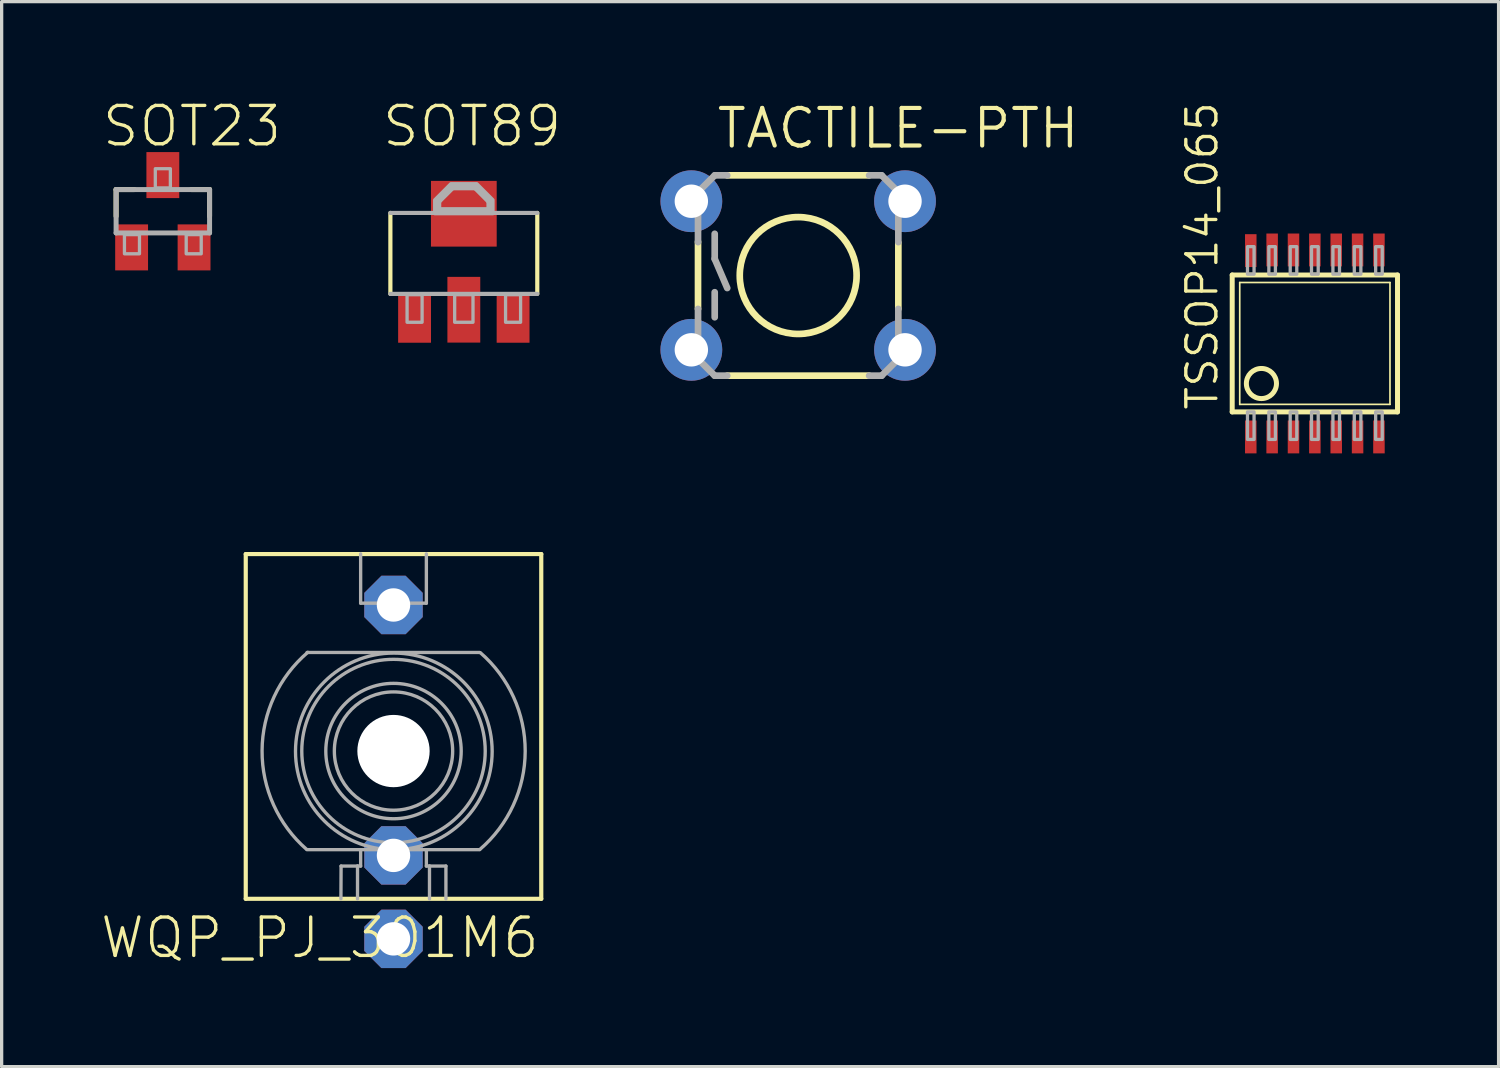
<source format=kicad_pcb>
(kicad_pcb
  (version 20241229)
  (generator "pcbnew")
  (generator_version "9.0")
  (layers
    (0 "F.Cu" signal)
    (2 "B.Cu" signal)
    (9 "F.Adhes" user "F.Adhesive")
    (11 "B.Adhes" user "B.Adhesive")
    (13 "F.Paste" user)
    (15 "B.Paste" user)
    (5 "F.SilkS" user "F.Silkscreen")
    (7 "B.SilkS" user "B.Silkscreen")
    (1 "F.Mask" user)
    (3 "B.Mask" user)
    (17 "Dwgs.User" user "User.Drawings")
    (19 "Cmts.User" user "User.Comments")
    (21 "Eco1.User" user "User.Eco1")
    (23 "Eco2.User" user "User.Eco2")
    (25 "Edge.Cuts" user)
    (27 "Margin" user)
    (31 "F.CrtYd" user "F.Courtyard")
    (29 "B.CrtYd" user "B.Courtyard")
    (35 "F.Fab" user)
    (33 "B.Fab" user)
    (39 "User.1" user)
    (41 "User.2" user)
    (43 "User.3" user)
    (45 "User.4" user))
  (footprint "TSSOP14_065"
    (layer "F.Cu")
    (at 36.96 7.401)
    (property "Reference" "TSSOP14_065" (at -2.896 2.083 90) (layer "F.SilkS") (effects (font (size 0.914 0.914) (thickness 0.102)) (justify left bottom)))
    (fp_line (start -2.515 2.083) (end -2.515 -2.083) (stroke (width 0.152) (type solid)) (layer "F.SilkS"))
    (fp_line (start -2.515 2.083) (end 2.515 2.083) (stroke (width 0.152) (type solid)) (layer "F.SilkS"))
    (fp_line (start -2.286 1.854) (end -2.286 -1.854) (stroke (width 0.051) (type solid)) (layer "F.SilkS"))
    (fp_line (start -2.286 1.854) (end 2.286 1.854) (stroke (width 0.051) (type solid)) (layer "F.SilkS"))
    (fp_line (start 2.286 -1.854) (end -2.286 -1.854) (stroke (width 0.051) (type solid)) (layer "F.SilkS"))
    (fp_line (start 2.286 -1.854) (end 2.286 1.854) (stroke (width 0.051) (type solid)) (layer "F.SilkS"))
    (fp_line (start 2.515 -2.083) (end -2.515 -2.083) (stroke (width 0.152) (type solid)) (layer "F.SilkS"))
    (fp_line (start 2.515 -2.083) (end 2.515 2.083) (stroke (width 0.152) (type solid)) (layer "F.SilkS"))
    (fp_circle (center -1.626 1.219) (end -1.168 1.219) (stroke (width 0.152) (type solid)) (fill no) (layer "F.SilkS"))
    (fp_poly (pts (xy -2.05 -2.108) (xy -1.85 -2.108) (xy -1.85 -2.946) (xy -2.05 -2.946)) (stroke (width 0.1) (type solid)) (fill no) (layer "F.Fab"))
    (fp_poly (pts (xy -2.05 2.921) (xy -1.85 2.921) (xy -1.85 2.083) (xy -2.05 2.083)) (stroke (width 0.1) (type solid)) (fill no) (layer "F.Fab"))
    (fp_poly (pts (xy -1.4 -2.108) (xy -1.2 -2.108) (xy -1.2 -2.946) (xy -1.4 -2.946)) (stroke (width 0.1) (type solid)) (fill no) (layer "F.Fab"))
    (fp_poly (pts (xy -1.4 2.921) (xy -1.2 2.921) (xy -1.2 2.083) (xy -1.4 2.083)) (stroke (width 0.1) (type solid)) (fill no) (layer "F.Fab"))
    (fp_poly (pts (xy -0.75 -2.108) (xy -0.55 -2.108) (xy -0.55 -2.946) (xy -0.75 -2.946)) (stroke (width 0.1) (type solid)) (fill no) (layer "F.Fab"))
    (fp_poly (pts (xy -0.75 2.921) (xy -0.55 2.921) (xy -0.55 2.083) (xy -0.75 2.083)) (stroke (width 0.1) (type solid)) (fill no) (layer "F.Fab"))
    (fp_poly (pts (xy -0.102 -2.108) (xy 0.102 -2.108) (xy 0.102 -2.946) (xy -0.102 -2.946)) (stroke (width 0.1) (type solid)) (fill no) (layer "F.Fab"))
    (fp_poly (pts (xy -0.102 2.921) (xy 0.102 2.921) (xy 0.102 2.083) (xy -0.102 2.083)) (stroke (width 0.1) (type solid)) (fill no) (layer "F.Fab"))
    (fp_poly (pts (xy 0.55 -2.108) (xy 0.75 -2.108) (xy 0.75 -2.946) (xy 0.55 -2.946)) (stroke (width 0.1) (type solid)) (fill no) (layer "F.Fab"))
    (fp_poly (pts (xy 0.55 2.921) (xy 0.75 2.921) (xy 0.75 2.083) (xy 0.55 2.083)) (stroke (width 0.1) (type solid)) (fill no) (layer "F.Fab"))
    (fp_poly (pts (xy 1.2 -2.108) (xy 1.4 -2.108) (xy 1.4 -2.946) (xy 1.2 -2.946)) (stroke (width 0.1) (type solid)) (fill no) (layer "F.Fab"))
    (fp_poly (pts (xy 1.2 2.921) (xy 1.4 2.921) (xy 1.4 2.083) (xy 1.2 2.083)) (stroke (width 0.1) (type solid)) (fill no) (layer "F.Fab"))
    (fp_poly (pts (xy 1.85 -2.108) (xy 2.05 -2.108) (xy 2.05 -2.946) (xy 1.85 -2.946)) (stroke (width 0.1) (type solid)) (fill no) (layer "F.Fab"))
    (fp_poly (pts (xy 1.85 2.921) (xy 2.05 2.921) (xy 2.05 2.083) (xy 1.85 2.083)) (stroke (width 0.1) (type solid)) (fill no) (layer "F.Fab"))
    (pad "1" smd rect (at -1.95 2.845) (size 0.35 1) (layers "F.Cu" "F.Mask" "F.Paste"))
    (pad "2" smd rect (at -1.3 2.845) (size 0.35 1) (layers "F.Cu" "F.Mask" "F.Paste"))
    (pad "3" smd rect (at -0.65 2.845) (size 0.35 1) (layers "F.Cu" "F.Mask" "F.Paste"))
    (pad "4" smd rect (at 0 2.845) (size 0.35 1) (layers "F.Cu" "F.Mask" "F.Paste"))
    (pad "5" smd rect (at 0.65 2.845) (size 0.35 1) (layers "F.Cu" "F.Mask" "F.Paste"))
    (pad "6" smd rect (at 1.3 2.845) (size 0.35 1) (layers "F.Cu" "F.Mask" "F.Paste"))
    (pad "7" smd rect (at 1.95 2.845) (size 0.35 1) (layers "F.Cu" "F.Mask" "F.Paste"))
    (pad "8" smd rect (at 1.95 -2.845) (size 0.35 1) (layers "F.Cu" "F.Mask" "F.Paste"))
    (pad "9" smd rect (at 1.3 -2.845) (size 0.35 1) (layers "F.Cu" "F.Mask" "F.Paste"))
    (pad "10" smd rect (at 0.65 -2.845) (size 0.35 1) (layers "F.Cu" "F.Mask" "F.Paste"))
    (pad "11" smd rect (at 0 -2.845) (size 0.35 1) (layers "F.Cu" "F.Mask" "F.Paste"))
    (pad "12" smd rect (at -0.65 -2.845) (size 0.35 1) (layers "F.Cu" "F.Mask" "F.Paste"))
    (pad "13" smd rect (at -1.3 -2.845) (size 0.35 1) (layers "F.Cu" "F.Mask" "F.Paste"))
    (pad "14" smd rect (at -1.95 -2.825) (size 0.35 1) (layers "F.Cu" "F.Mask" "F.Paste")))
  (footprint "SOT89"
    (layer "F.Cu")
    (at 11.064 4.648)
    (property "Reference" "SOT89" (at -2.54 -3.175 0) (layer "F.SilkS") (effects (font (size 1.168 1.168) (thickness 0.102)) (justify left bottom)))
    (fp_poly (pts (xy -2.025 2.775) (xy -0.975 2.775) (xy -0.975 1.2) (xy -2.025 1.2)) (stroke (width 0) (type solid)) (fill yes) (layer "F.Mask"))
    (fp_poly (pts (xy -0.525 2.775) (xy 0.525 2.775) (xy 0.525 1.2) (xy -0.525 1.2)) (stroke (width 0) (type solid)) (fill yes) (layer "F.Mask"))
    (fp_poly (pts (xy 0.975 2.775) (xy 2.025 2.775) (xy 2.025 1.2) (xy 0.975 1.2)) (stroke (width 0) (type solid)) (fill yes) (layer "F.Mask"))
    (fp_line (start -2.235 1.245) (end -2.235 -1.219) (stroke (width 0.127) (type solid)) (layer "F.SilkS"))
    (fp_line (start 2.235 -1.219) (end 2.235 1.245) (stroke (width 0.127) (type solid)) (layer "F.SilkS"))
    (fp_poly (pts (xy -1.9 2.68) (xy -1.1 2.68) (xy -1.1 1.28) (xy -1.9 1.28)) (stroke (width 0) (type solid)) (fill yes) (layer "F.Paste"))
    (fp_poly (pts (xy -0.9 0) (xy 0.9 0) (xy 0.9 -2.2) (xy -0.9 -2.2)) (stroke (width 0) (type solid)) (fill yes) (layer "F.Paste"))
    (fp_poly (pts (xy -0.4 2.68) (xy 0.4 2.68) (xy 0.4 1.28) (xy -0.4 1.28)) (stroke (width 0) (type solid)) (fill yes) (layer "F.Paste"))
    (fp_poly (pts (xy 1.1 2.68) (xy 1.9 2.68) (xy 1.9 1.28) (xy 1.1 1.28)) (stroke (width 0) (type solid)) (fill yes) (layer "F.Paste"))
    (fp_line (start -2.235 -1.219) (end 2.235 -1.219) (stroke (width 0.127) (type solid)) (layer "F.Fab"))
    (fp_line (start -0.787 -1.575) (end -0.356 -2.007) (stroke (width 0.2) (type solid)) (layer "F.Fab"))
    (fp_line (start -0.787 -1.295) (end -0.787 -1.575) (stroke (width 0.2) (type solid)) (layer "F.Fab"))
    (fp_line (start -0.356 -2.007) (end 0.356 -2.007) (stroke (width 0.2) (type solid)) (layer "F.Fab"))
    (fp_line (start 0.356 -2.007) (end 0.787 -1.575) (stroke (width 0.2) (type solid)) (layer "F.Fab"))
    (fp_line (start 0.787 -1.575) (end 0.787 -1.295) (stroke (width 0.2) (type solid)) (layer "F.Fab"))
    (fp_line (start 0.787 -1.295) (end -0.787 -1.295) (stroke (width 0.2) (type solid)) (layer "F.Fab"))
    (fp_line (start 2.235 1.245) (end -2.235 1.245) (stroke (width 0.127) (type solid)) (layer "F.Fab"))
    (fp_poly (pts (xy -1.727 2.108) (xy -1.27 2.108) (xy -1.27 1.27) (xy -1.727 1.27)) (stroke (width 0.1) (type solid)) (fill no) (layer "F.Fab"))
    (fp_poly (pts (xy -0.279 2.108) (xy 0.279 2.108) (xy 0.279 1.27) (xy -0.279 1.27)) (stroke (width 0.1) (type solid)) (fill no) (layer "F.Fab"))
    (fp_poly (pts (xy 1.27 2.108) (xy 1.727 2.108) (xy 1.727 1.27) (xy 1.27 1.27)) (stroke (width 0.1) (type solid)) (fill no) (layer "F.Fab"))
    (fp_poly (pts (xy 0.887 -1.616) (xy 0.887 -1.196) (xy -0.887 -1.196) (xy -0.887 -1.616) (xy -0.397 -2.107) (xy 0.397 -2.107)) (stroke (width 0.1) (type solid)) (fill no) (layer "F.Fab"))
    (pad "1" smd rect (at -1.499 1.981) (size 1 1.5) (layers "F.Cu"))
    (pad "2" smd rect (at 0 1.727) (size 1 2) (layers "F.Cu"))
    (pad "2@1" smd rect (at 0 -1.194 90) (size 2 2) (layers "F.Cu" "F.Mask"))
    (pad "3" smd rect (at 1.499 1.981) (size 1 1.5) (layers "F.Cu")))
  (footprint "TACTILE-PTH"
    (layer "F.Cu")
    (at 21.238 5.334)
    (property "Reference" "TACTILE-PTH" (at -2.54 -3.81 0) (layer "F.SilkS") (effects (font (size 1.143 1.143) (thickness 0.127)) (justify left bottom)))
    (fp_line (start -3.048 -1.028) (end -3.048 1.016) (stroke (width 0.203) (type solid)) (layer "F.SilkS"))
    (fp_line (start -2.159 3.048) (end 2.159 3.048) (stroke (width 0.203) (type solid)) (layer "F.SilkS"))
    (fp_line (start 2.159 -3.048) (end -2.159 -3.048) (stroke (width 0.203) (type solid)) (layer "F.SilkS"))
    (fp_line (start 3.048 -0.998) (end 3.048 1.016) (stroke (width 0.203) (type solid)) (layer "F.SilkS"))
    (fp_circle (center 0 0) (end 1.778 0) (stroke (width 0.203) (type solid)) (fill no) (layer "F.SilkS"))
    (fp_line (start -3.048 -2.54) (end -3.048 -1.016) (stroke (width 0.203) (type solid)) (layer "F.Fab"))
    (fp_line (start -3.048 2.54) (end -3.048 1.016) (stroke (width 0.203) (type solid)) (layer "F.Fab"))
    (fp_line (start -2.54 -3.048) (end -3.048 -2.54) (stroke (width 0.203) (type solid)) (layer "F.Fab"))
    (fp_line (start -2.54 -3.048) (end -2.159 -3.048) (stroke (width 0.203) (type solid)) (layer "F.Fab"))
    (fp_line (start -2.54 -1.27) (end -2.54 -0.508) (stroke (width 0.203) (type solid)) (layer "F.Fab"))
    (fp_line (start -2.54 -0.508) (end -2.159 0.381) (stroke (width 0.203) (type solid)) (layer "F.Fab"))
    (fp_line (start -2.54 0.508) (end -2.54 1.27) (stroke (width 0.203) (type solid)) (layer "F.Fab"))
    (fp_line (start -2.54 3.048) (end -3.048 2.54) (stroke (width 0.203) (type solid)) (layer "F.Fab"))
    (fp_line (start -2.54 3.048) (end -2.159 3.048) (stroke (width 0.203) (type solid)) (layer "F.Fab"))
    (fp_line (start 2.54 -3.048) (end 2.159 -3.048) (stroke (width 0.203) (type solid)) (layer "F.Fab"))
    (fp_line (start 2.54 3.048) (end 2.159 3.048) (stroke (width 0.203) (type solid)) (layer "F.Fab"))
    (fp_line (start 2.54 3.048) (end 3.048 2.54) (stroke (width 0.203) (type solid)) (layer "F.Fab"))
    (fp_line (start 3.048 -2.54) (end 2.54 -3.048) (stroke (width 0.203) (type solid)) (layer "F.Fab"))
    (fp_line (start 3.048 -1.016) (end 3.048 -2.54) (stroke (width 0.203) (type solid)) (layer "F.Fab"))
    (fp_line (start 3.048 2.54) (end 3.048 1.016) (stroke (width 0.203) (type solid)) (layer "F.Fab"))
    (pad "1" thru_hole circle (at -3.251 -2.261) (size 1.88 1.88) (drill 1.016) (layers "*.Cu" "*.Mask"))
    (pad "2" thru_hole circle (at 3.251 -2.261) (size 1.88 1.88) (drill 1.016) (layers "*.Cu" "*.Mask"))
    (pad "3" thru_hole circle (at -3.251 2.261) (size 1.88 1.88) (drill 1.016) (layers "*.Cu" "*.Mask"))
    (pad "4" thru_hole circle (at 3.251 2.261) (size 1.88 1.88) (drill 1.016) (layers "*.Cu" "*.Mask")))
  (footprint "SOT23"
    (layer "F.Cu")
    (at 1.905 3.378)
    (property "Reference" "SOT23" (at -1.905 -1.905 0) (layer "F.SilkS") (effects (font (size 1.168 1.168) (thickness 0.102)) (justify left bottom)))
    (fp_line (start -1.422 -0.66) (end -0.864 -0.66) (stroke (width 0.152) (type solid)) (layer "F.SilkS"))
    (fp_line (start -1.422 0.152) (end -1.422 -0.66) (stroke (width 0.152) (type solid)) (layer "F.SilkS"))
    (fp_line (start 0.864 -0.66) (end 1.422 -0.66) (stroke (width 0.152) (type solid)) (layer "F.SilkS"))
    (fp_line (start 1.422 -0.66) (end 1.422 0.152) (stroke (width 0.152) (type solid)) (layer "F.SilkS"))
    (fp_line (start -1.422 -0.66) (end 1.422 -0.66) (stroke (width 0.152) (type solid)) (layer "F.Fab"))
    (fp_line (start -1.422 0.66) (end -1.422 -0.66) (stroke (width 0.152) (type solid)) (layer "F.Fab"))
    (fp_line (start 1.422 -0.66) (end 1.422 0.66) (stroke (width 0.152) (type solid)) (layer "F.Fab"))
    (fp_line (start 1.422 0.66) (end -1.422 0.66) (stroke (width 0.152) (type solid)) (layer "F.Fab"))
    (fp_poly (pts (xy -1.168 1.295) (xy -0.711 1.295) (xy -0.711 0.711) (xy -1.168 0.711)) (stroke (width 0.1) (type solid)) (fill no) (layer "F.Fab"))
    (fp_poly (pts (xy -0.229 -0.711) (xy 0.229 -0.711) (xy 0.229 -1.295) (xy -0.229 -1.295)) (stroke (width 0.1) (type solid)) (fill no) (layer "F.Fab"))
    (fp_poly (pts (xy 0.711 1.295) (xy 1.168 1.295) (xy 1.168 0.711) (xy 0.711 0.711)) (stroke (width 0.1) (type solid)) (fill no) (layer "F.Fab"))
    (pad "1" smd rect (at -0.95 1.1) (size 1 1.4) (layers "F.Cu" "F.Mask" "F.Paste"))
    (pad "2" smd rect (at 0.95 1.1) (size 1 1.4) (layers "F.Cu" "F.Mask" "F.Paste"))
    (pad "3" smd rect (at 0 -1.1) (size 1 1.4) (layers "F.Cu" "F.Mask" "F.Paste")))
  (footprint "WQP_PJ_301M6"
    (layer "F.Cu")
    (at 8.924 19.804)
    (property "Reference" "WQP_PJ_301M6" (at 4.5 5 0) (layer "F.SilkS") (effects (font (size 1.168 1.168) (thickness 0.102)) (justify right top)))
    (fp_line (start -4.496 -5.994) (end 4.496 -5.994) (stroke (width 0.127) (type solid)) (layer "F.SilkS"))
    (fp_line (start -4.496 4.496) (end -4.496 -5.994) (stroke (width 0.127) (type solid)) (layer "F.SilkS"))
    (fp_line (start 4.496 -5.994) (end 4.496 4.496) (stroke (width 0.127) (type solid)) (layer "F.SilkS"))
    (fp_line (start 4.496 4.496) (end -4.496 4.496) (stroke (width 0.127) (type solid)) (layer "F.SilkS"))
    (fp_line (start -2.631 -3) (end 2.62 -3) (stroke (width 0.102) (type solid)) (layer "F.Fab"))
    (fp_line (start -2.631 3) (end 2.62 3) (stroke (width 0.102) (type solid)) (layer "F.Fab"))
    (fp_line (start -1.6 4.496) (end -1.595 3.5) (stroke (width 0.102) (type solid)) (layer "F.Fab"))
    (fp_line (start -1.595 3.5) (end -1.095 3.5) (stroke (width 0.102) (type solid)) (layer "F.Fab"))
    (fp_line (start -1.095 3.5) (end -1.095 4.5) (stroke (width 0.102) (type solid)) (layer "F.Fab"))
    (fp_line (start -1.095 3.5) (end -1 3.5) (stroke (width 0.102) (type solid)) (layer "F.Fab"))
    (fp_line (start -1 -4.5) (end -1 -6) (stroke (width 0.102) (type solid)) (layer "F.Fab"))
    (fp_line (start -1 0) (end 1 0) (stroke (width 0.102) (type solid)) (layer "F.Fab"))
    (fp_line (start -1 3.5) (end -1 3) (stroke (width 0.102) (type solid)) (layer "F.Fab"))
    (fp_line (start 0 -1) (end 0 1) (stroke (width 0.102) (type solid)) (layer "F.Fab"))
    (fp_line (start 1 -6) (end 1 -4.5) (stroke (width 0.102) (type solid)) (layer "F.Fab"))
    (fp_line (start 1 -4.5) (end -1 -4.5) (stroke (width 0.102) (type solid)) (layer "F.Fab"))
    (fp_line (start 1 3) (end 1 3.5) (stroke (width 0.102) (type solid)) (layer "F.Fab"))
    (fp_line (start 1 3.5) (end 1.095 3.5) (stroke (width 0.102) (type solid)) (layer "F.Fab"))
    (fp_line (start 1.095 3.5) (end 1.095 4.5) (stroke (width 0.102) (type solid)) (layer "F.Fab"))
    (fp_line (start 1.095 3.5) (end 1.595 3.5) (stroke (width 0.102) (type solid)) (layer "F.Fab"))
    (fp_line (start 1.595 3.5) (end 1.595 4.5) (stroke (width 0.102) (type solid)) (layer "F.Fab"))
    (fp_arc (start -2.641998 2.994) (mid -3.999529 -0.012791) (end -2.608 -3.004) (stroke (width 0.1016) (type solid)) (layer "F.Fab"))
    (fp_arc (start 2.642 -2.994) (mid 4.007235 0.003208) (end 2.628 2.994) (stroke (width 0.1016) (type solid)) (layer "F.Fab"))
    (fp_circle (center 0 0) (end 1.8 0) (stroke (width 0.102) (type solid)) (fill no) (layer "F.Fab"))
    (fp_circle (center 0 0) (end 2.06 0) (stroke (width 0.102) (type solid)) (fill no) (layer "F.Fab"))
    (fp_circle (center 0 0) (end 2.791 0) (stroke (width 0.102) (type solid)) (fill no) (layer "F.Fab"))
    (fp_circle (center 0.01 0.01) (end 3.002 0.01) (stroke (width 0.102) (type solid)) (fill no) (layer "F.Fab"))
    (pad "" np_thru_hole circle (at 0 0) (size 2.2 2.2) (drill 2.2) (layers "*.Cu" "*.Mask"))
    (pad "P1" thru_hole roundrect (at 0 5.715) (size 1.778 1.778) (drill 1.016) (layers "*.Cu" "*.Mask") (roundrect_rratio 0.25) (chamfer_ratio 0.293) (chamfer top_left top_right bottom_left bottom_right))
    (pad "P2" thru_hole roundrect (at 0 3.175) (size 1.778 1.778) (drill 1.016) (layers "*.Cu" "*.Mask") (roundrect_rratio 0.25) (chamfer_ratio 0.293) (chamfer top_left top_right bottom_left bottom_right))
    (pad "P3" thru_hole roundrect (at 0 -4.445) (size 1.778 1.778) (drill 1.016) (layers "*.Cu" "*.Mask") (roundrect_rratio 0.25) (chamfer_ratio 0.293) (chamfer top_left top_right bottom_left bottom_right)))
  (gr_rect
    (start -3 -3)
    (end 42.551 29.408)
    (stroke (width 0.1) (type default))
    (fill no)
    (layer "Edge.Cuts")))
</source>
